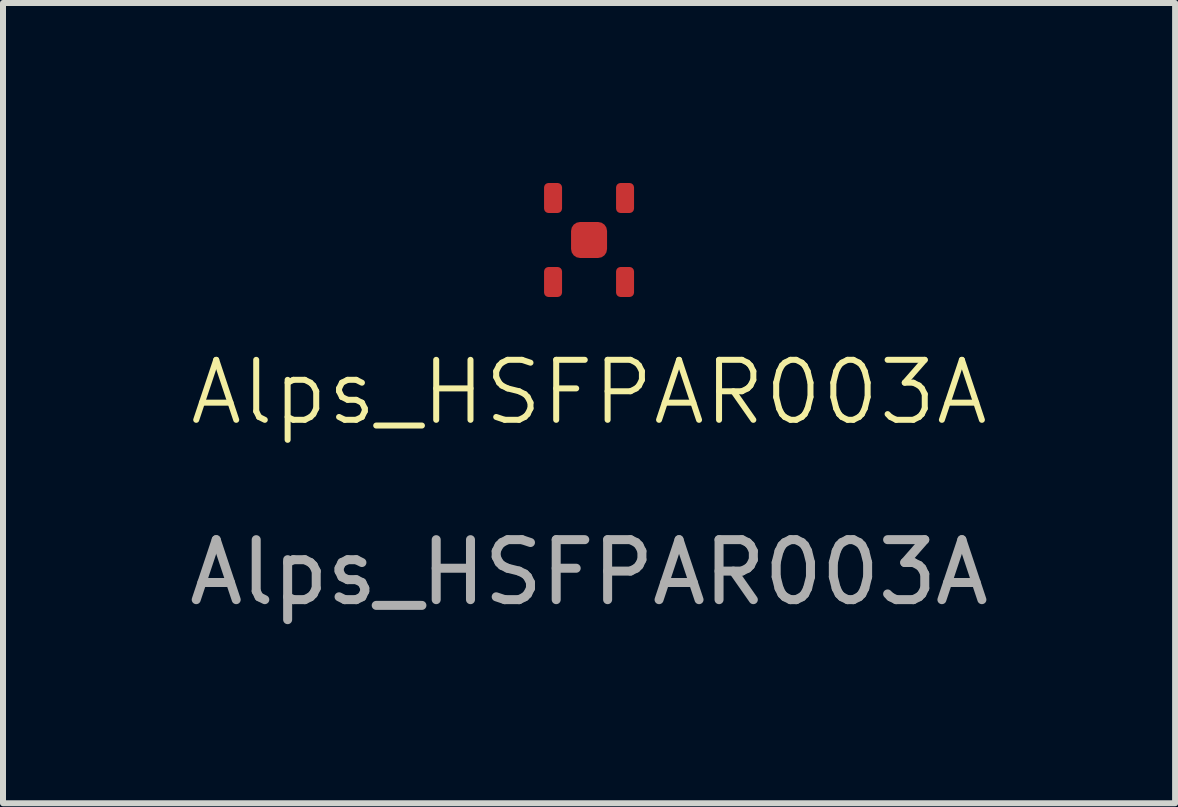
<source format=kicad_pcb>
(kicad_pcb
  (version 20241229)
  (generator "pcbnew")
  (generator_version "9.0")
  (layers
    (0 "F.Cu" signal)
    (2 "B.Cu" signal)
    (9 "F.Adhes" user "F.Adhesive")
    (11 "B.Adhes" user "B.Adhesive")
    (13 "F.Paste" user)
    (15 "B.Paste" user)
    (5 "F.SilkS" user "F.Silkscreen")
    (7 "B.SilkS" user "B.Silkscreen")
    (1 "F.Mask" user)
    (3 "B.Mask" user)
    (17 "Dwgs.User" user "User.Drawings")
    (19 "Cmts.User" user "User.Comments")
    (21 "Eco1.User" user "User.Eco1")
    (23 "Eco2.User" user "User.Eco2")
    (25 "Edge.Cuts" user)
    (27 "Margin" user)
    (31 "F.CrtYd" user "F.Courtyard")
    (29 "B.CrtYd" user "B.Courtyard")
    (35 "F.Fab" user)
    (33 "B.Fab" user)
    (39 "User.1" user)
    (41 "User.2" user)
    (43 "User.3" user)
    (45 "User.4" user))
  (footprint "Alps_HSFPAR003A"
    (layer "F.Cu")
    (at 6.768 0.95)
    (property "Reference" "Alps_HSFPAR003A" (at 0 2.54 0) (unlocked yes) (layer "F.SilkS") (effects (font (size 1 1) (thickness 0.1))))
    (attr smd)
    (fp_text user "${REFERENCE}" (at 0 5.54 0) (unlocked yes) (layer "F.Fab") (effects (font (size 1 1) (thickness 0.15))))
    (pad "1" smd roundrect (at -0.6 -0.7) (size 0.3 0.5) (layers "F.Cu" "F.Mask" "F.Paste") (roundrect_rratio 0.25))
    (pad "2" smd roundrect (at 0.6 -0.7) (size 0.3 0.5) (layers "F.Cu" "F.Mask" "F.Paste") (roundrect_rratio 0.25))
    (pad "3" smd roundrect (at 0 0) (size 0.6 0.6) (layers "F.Cu" "F.Mask" "F.Paste") (roundrect_rratio 0.25))
    (pad "3" smd roundrect (at 0.6 0.7) (size 0.3 0.5) (layers "F.Cu" "F.Mask" "F.Paste") (roundrect_rratio 0.25))
    (pad "4" smd roundrect (at -0.6 0.7) (size 0.3 0.5) (layers "F.Cu" "F.Mask" "F.Paste") (roundrect_rratio 0.25)))
  (gr_rect
    (start -3 -3)
    (end 16.536 10.338)
    (stroke (width 0.1) (type default))
    (fill no)
    (layer "Edge.Cuts")))
</source>
